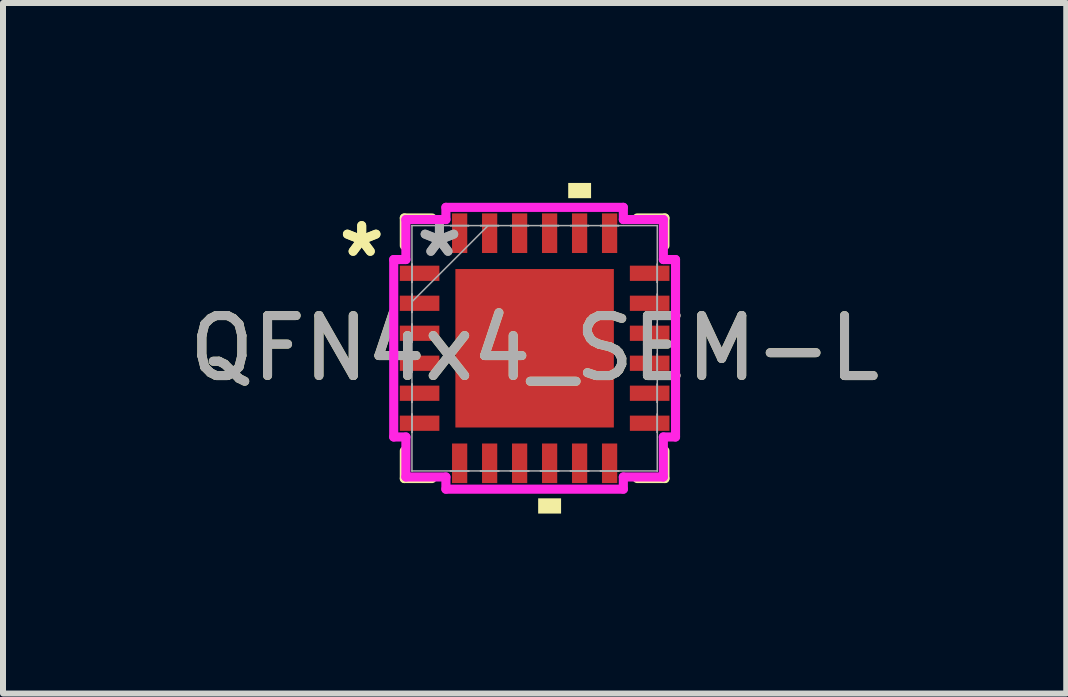
<source format=kicad_pcb>
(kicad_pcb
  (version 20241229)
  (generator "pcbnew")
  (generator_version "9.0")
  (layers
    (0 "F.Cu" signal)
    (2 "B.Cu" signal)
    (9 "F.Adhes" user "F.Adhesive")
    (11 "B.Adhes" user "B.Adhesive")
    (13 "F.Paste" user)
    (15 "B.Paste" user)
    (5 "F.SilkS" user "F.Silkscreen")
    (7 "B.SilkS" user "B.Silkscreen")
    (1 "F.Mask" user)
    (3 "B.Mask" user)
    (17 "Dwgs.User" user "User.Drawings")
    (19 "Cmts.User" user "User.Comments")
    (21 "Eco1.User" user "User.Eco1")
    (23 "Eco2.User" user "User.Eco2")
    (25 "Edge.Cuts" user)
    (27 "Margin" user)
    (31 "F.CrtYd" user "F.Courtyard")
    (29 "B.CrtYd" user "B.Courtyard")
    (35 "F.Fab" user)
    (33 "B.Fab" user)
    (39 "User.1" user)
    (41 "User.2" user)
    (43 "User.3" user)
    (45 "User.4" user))
  (footprint "QFN4x4_SEM-L"
    (layer "F.Cu")
    (at 5.863 2.756)
    (property "Reference" "QFN4x4_SEM-L" (at 0 0 0) (unlocked yes) (layer "F.SilkS") (effects (font (size 1 1) (thickness 0.15))))
    (attr smd)
    (fp_line (start -2.172 -2.172) (end -2.172 -1.71) (stroke (width 0.152) (type solid)) (layer "F.SilkS"))
    (fp_line (start -2.172 1.71) (end -2.172 2.172) (stroke (width 0.152) (type solid)) (layer "F.SilkS"))
    (fp_line (start -2.172 2.172) (end -1.71 2.172) (stroke (width 0.152) (type solid)) (layer "F.SilkS"))
    (fp_line (start -1.71 -2.172) (end -2.172 -2.172) (stroke (width 0.152) (type solid)) (layer "F.SilkS"))
    (fp_line (start 1.71 2.172) (end 2.172 2.172) (stroke (width 0.152) (type solid)) (layer "F.SilkS"))
    (fp_line (start 2.172 -2.172) (end 1.71 -2.172) (stroke (width 0.152) (type solid)) (layer "F.SilkS"))
    (fp_line (start 2.172 -1.71) (end 2.172 -2.172) (stroke (width 0.152) (type solid)) (layer "F.SilkS"))
    (fp_line (start 2.172 2.172) (end 2.172 1.71) (stroke (width 0.152) (type solid)) (layer "F.SilkS"))
    (fp_poly (pts (xy 0.059 2.502) (xy 0.059 2.756) (xy 0.441 2.756) (xy 0.441 2.502)) (stroke (width 0) (type solid)) (fill yes) (layer "F.SilkS"))
    (fp_poly (pts (xy 0.56 -2.502) (xy 0.56 -2.756) (xy 0.941 -2.756) (xy 0.941 -2.502)) (stroke (width 0) (type solid)) (fill yes) (layer "F.SilkS"))
    (fp_poly (pts (xy -1.221 -1.221) (xy -1.221 -0.1) (xy -0.1 -0.1) (xy -0.1 -1.221)) (stroke (width 0) (type solid)) (fill yes) (layer "F.Paste"))
    (fp_poly (pts (xy -1.221 0.1) (xy -1.221 1.221) (xy -0.1 1.221) (xy -0.1 0.1)) (stroke (width 0) (type solid)) (fill yes) (layer "F.Paste"))
    (fp_poly (pts (xy 0.1 -1.221) (xy 0.1 -0.1) (xy 1.221 -0.1) (xy 1.221 -1.221)) (stroke (width 0) (type solid)) (fill yes) (layer "F.Paste"))
    (fp_poly (pts (xy 0.1 0.1) (xy 0.1 1.221) (xy 1.221 1.221) (xy 1.221 0.1)) (stroke (width 0) (type solid)) (fill yes) (layer "F.Paste"))
    (fp_line (start -2.349 -1.479) (end -2.146 -1.479) (stroke (width 0.152) (type solid)) (layer "F.CrtYd"))
    (fp_line (start -2.349 1.479) (end -2.349 -1.479) (stroke (width 0.152) (type solid)) (layer "F.CrtYd"))
    (fp_line (start -2.146 -2.146) (end -1.479 -2.146) (stroke (width 0.152) (type solid)) (layer "F.CrtYd"))
    (fp_line (start -2.146 -1.479) (end -2.146 -2.146) (stroke (width 0.152) (type solid)) (layer "F.CrtYd"))
    (fp_line (start -2.146 1.479) (end -2.349 1.479) (stroke (width 0.152) (type solid)) (layer "F.CrtYd"))
    (fp_line (start -2.146 2.146) (end -2.146 1.479) (stroke (width 0.152) (type solid)) (layer "F.CrtYd"))
    (fp_line (start -1.479 -2.349) (end 1.479 -2.349) (stroke (width 0.152) (type solid)) (layer "F.CrtYd"))
    (fp_line (start -1.479 -2.146) (end -1.479 -2.349) (stroke (width 0.152) (type solid)) (layer "F.CrtYd"))
    (fp_line (start -1.479 2.146) (end -2.146 2.146) (stroke (width 0.152) (type solid)) (layer "F.CrtYd"))
    (fp_line (start -1.479 2.349) (end -1.479 2.146) (stroke (width 0.152) (type solid)) (layer "F.CrtYd"))
    (fp_line (start 1.479 -2.349) (end 1.479 -2.146) (stroke (width 0.152) (type solid)) (layer "F.CrtYd"))
    (fp_line (start 1.479 -2.146) (end 2.146 -2.146) (stroke (width 0.152) (type solid)) (layer "F.CrtYd"))
    (fp_line (start 1.479 2.146) (end 1.479 2.349) (stroke (width 0.152) (type solid)) (layer "F.CrtYd"))
    (fp_line (start 1.479 2.349) (end -1.479 2.349) (stroke (width 0.152) (type solid)) (layer "F.CrtYd"))
    (fp_line (start 2.146 -2.146) (end 2.146 -1.479) (stroke (width 0.152) (type solid)) (layer "F.CrtYd"))
    (fp_line (start 2.146 -1.479) (end 2.349 -1.479) (stroke (width 0.152) (type solid)) (layer "F.CrtYd"))
    (fp_line (start 2.146 1.479) (end 2.146 2.146) (stroke (width 0.152) (type solid)) (layer "F.CrtYd"))
    (fp_line (start 2.146 2.146) (end 1.479 2.146) (stroke (width 0.152) (type solid)) (layer "F.CrtYd"))
    (fp_line (start 2.349 -1.479) (end 2.349 1.479) (stroke (width 0.152) (type solid)) (layer "F.CrtYd"))
    (fp_line (start 2.349 1.479) (end 2.146 1.479) (stroke (width 0.152) (type solid)) (layer "F.CrtYd"))
    (fp_line (start -2.045 -2.045) (end -2.045 -2.045) (stroke (width 0.025) (type solid)) (layer "F.Fab"))
    (fp_line (start -2.045 -2.045) (end -2.045 2.045) (stroke (width 0.025) (type solid)) (layer "F.Fab"))
    (fp_line (start -2.045 -1.402) (end -2.045 -1.402) (stroke (width 0.025) (type solid)) (layer "F.Fab"))
    (fp_line (start -2.045 -1.402) (end -2.045 -1.098) (stroke (width 0.025) (type solid)) (layer "F.Fab"))
    (fp_line (start -2.045 -1.098) (end -2.045 -1.402) (stroke (width 0.025) (type solid)) (layer "F.Fab"))
    (fp_line (start -2.045 -1.098) (end -2.045 -1.098) (stroke (width 0.025) (type solid)) (layer "F.Fab"))
    (fp_line (start -2.045 -0.902) (end -2.045 -0.902) (stroke (width 0.025) (type solid)) (layer "F.Fab"))
    (fp_line (start -2.045 -0.902) (end -2.045 -0.598) (stroke (width 0.025) (type solid)) (layer "F.Fab"))
    (fp_line (start -2.045 -0.775) (end -0.775 -2.045) (stroke (width 0.025) (type solid)) (layer "F.Fab"))
    (fp_line (start -2.045 -0.598) (end -2.045 -0.902) (stroke (width 0.025) (type solid)) (layer "F.Fab"))
    (fp_line (start -2.045 -0.598) (end -2.045 -0.598) (stroke (width 0.025) (type solid)) (layer "F.Fab"))
    (fp_line (start -2.045 -0.402) (end -2.045 -0.402) (stroke (width 0.025) (type solid)) (layer "F.Fab"))
    (fp_line (start -2.045 -0.402) (end -2.045 -0.098) (stroke (width 0.025) (type solid)) (layer "F.Fab"))
    (fp_line (start -2.045 -0.098) (end -2.045 -0.402) (stroke (width 0.025) (type solid)) (layer "F.Fab"))
    (fp_line (start -2.045 -0.098) (end -2.045 -0.098) (stroke (width 0.025) (type solid)) (layer "F.Fab"))
    (fp_line (start -2.045 0.098) (end -2.045 0.098) (stroke (width 0.025) (type solid)) (layer "F.Fab"))
    (fp_line (start -2.045 0.098) (end -2.045 0.402) (stroke (width 0.025) (type solid)) (layer "F.Fab"))
    (fp_line (start -2.045 0.402) (end -2.045 0.098) (stroke (width 0.025) (type solid)) (layer "F.Fab"))
    (fp_line (start -2.045 0.402) (end -2.045 0.402) (stroke (width 0.025) (type solid)) (layer "F.Fab"))
    (fp_line (start -2.045 0.598) (end -2.045 0.598) (stroke (width 0.025) (type solid)) (layer "F.Fab"))
    (fp_line (start -2.045 0.598) (end -2.045 0.902) (stroke (width 0.025) (type solid)) (layer "F.Fab"))
    (fp_line (start -2.045 0.902) (end -2.045 0.598) (stroke (width 0.025) (type solid)) (layer "F.Fab"))
    (fp_line (start -2.045 0.902) (end -2.045 0.902) (stroke (width 0.025) (type solid)) (layer "F.Fab"))
    (fp_line (start -2.045 1.098) (end -2.045 1.098) (stroke (width 0.025) (type solid)) (layer "F.Fab"))
    (fp_line (start -2.045 1.098) (end -2.045 1.402) (stroke (width 0.025) (type solid)) (layer "F.Fab"))
    (fp_line (start -2.045 1.402) (end -2.045 1.098) (stroke (width 0.025) (type solid)) (layer "F.Fab"))
    (fp_line (start -2.045 1.402) (end -2.045 1.402) (stroke (width 0.025) (type solid)) (layer "F.Fab"))
    (fp_line (start -2.045 2.045) (end -2.045 2.045) (stroke (width 0.025) (type solid)) (layer "F.Fab"))
    (fp_line (start -2.045 2.045) (end 2.045 2.045) (stroke (width 0.025) (type solid)) (layer "F.Fab"))
    (fp_line (start -1.402 -2.045) (end -1.402 -2.045) (stroke (width 0.025) (type solid)) (layer "F.Fab"))
    (fp_line (start -1.402 -2.045) (end -1.098 -2.045) (stroke (width 0.025) (type solid)) (layer "F.Fab"))
    (fp_line (start -1.402 2.045) (end -1.402 2.045) (stroke (width 0.025) (type solid)) (layer "F.Fab"))
    (fp_line (start -1.402 2.045) (end -1.098 2.045) (stroke (width 0.025) (type solid)) (layer "F.Fab"))
    (fp_line (start -1.098 -2.045) (end -1.402 -2.045) (stroke (width 0.025) (type solid)) (layer "F.Fab"))
    (fp_line (start -1.098 -2.045) (end -1.098 -2.045) (stroke (width 0.025) (type solid)) (layer "F.Fab"))
    (fp_line (start -1.098 2.045) (end -1.402 2.045) (stroke (width 0.025) (type solid)) (layer "F.Fab"))
    (fp_line (start -1.098 2.045) (end -1.098 2.045) (stroke (width 0.025) (type solid)) (layer "F.Fab"))
    (fp_line (start -0.902 -2.045) (end -0.902 -2.045) (stroke (width 0.025) (type solid)) (layer "F.Fab"))
    (fp_line (start -0.902 -2.045) (end -0.598 -2.045) (stroke (width 0.025) (type solid)) (layer "F.Fab"))
    (fp_line (start -0.902 2.045) (end -0.902 2.045) (stroke (width 0.025) (type solid)) (layer "F.Fab"))
    (fp_line (start -0.902 2.045) (end -0.598 2.045) (stroke (width 0.025) (type solid)) (layer "F.Fab"))
    (fp_line (start -0.598 -2.045) (end -0.902 -2.045) (stroke (width 0.025) (type solid)) (layer "F.Fab"))
    (fp_line (start -0.598 -2.045) (end -0.598 -2.045) (stroke (width 0.025) (type solid)) (layer "F.Fab"))
    (fp_line (start -0.598 2.045) (end -0.902 2.045) (stroke (width 0.025) (type solid)) (layer "F.Fab"))
    (fp_line (start -0.598 2.045) (end -0.598 2.045) (stroke (width 0.025) (type solid)) (layer "F.Fab"))
    (fp_line (start -0.402 -2.045) (end -0.402 -2.045) (stroke (width 0.025) (type solid)) (layer "F.Fab"))
    (fp_line (start -0.402 -2.045) (end -0.098 -2.045) (stroke (width 0.025) (type solid)) (layer "F.Fab"))
    (fp_line (start -0.402 2.045) (end -0.402 2.045) (stroke (width 0.025) (type solid)) (layer "F.Fab"))
    (fp_line (start -0.402 2.045) (end -0.098 2.045) (stroke (width 0.025) (type solid)) (layer "F.Fab"))
    (fp_line (start -0.098 -2.045) (end -0.402 -2.045) (stroke (width 0.025) (type solid)) (layer "F.Fab"))
    (fp_line (start -0.098 -2.045) (end -0.098 -2.045) (stroke (width 0.025) (type solid)) (layer "F.Fab"))
    (fp_line (start -0.098 2.045) (end -0.402 2.045) (stroke (width 0.025) (type solid)) (layer "F.Fab"))
    (fp_line (start -0.098 2.045) (end -0.098 2.045) (stroke (width 0.025) (type solid)) (layer "F.Fab"))
    (fp_line (start 0.098 -2.045) (end 0.098 -2.045) (stroke (width 0.025) (type solid)) (layer "F.Fab"))
    (fp_line (start 0.098 -2.045) (end 0.402 -2.045) (stroke (width 0.025) (type solid)) (layer "F.Fab"))
    (fp_line (start 0.098 2.045) (end 0.098 2.045) (stroke (width 0.025) (type solid)) (layer "F.Fab"))
    (fp_line (start 0.098 2.045) (end 0.402 2.045) (stroke (width 0.025) (type solid)) (layer "F.Fab"))
    (fp_line (start 0.402 -2.045) (end 0.098 -2.045) (stroke (width 0.025) (type solid)) (layer "F.Fab"))
    (fp_line (start 0.402 -2.045) (end 0.402 -2.045) (stroke (width 0.025) (type solid)) (layer "F.Fab"))
    (fp_line (start 0.402 2.045) (end 0.098 2.045) (stroke (width 0.025) (type solid)) (layer "F.Fab"))
    (fp_line (start 0.402 2.045) (end 0.402 2.045) (stroke (width 0.025) (type solid)) (layer "F.Fab"))
    (fp_line (start 0.598 -2.045) (end 0.598 -2.045) (stroke (width 0.025) (type solid)) (layer "F.Fab"))
    (fp_line (start 0.598 -2.045) (end 0.902 -2.045) (stroke (width 0.025) (type solid)) (layer "F.Fab"))
    (fp_line (start 0.598 2.045) (end 0.598 2.045) (stroke (width 0.025) (type solid)) (layer "F.Fab"))
    (fp_line (start 0.598 2.045) (end 0.902 2.045) (stroke (width 0.025) (type solid)) (layer "F.Fab"))
    (fp_line (start 0.902 -2.045) (end 0.598 -2.045) (stroke (width 0.025) (type solid)) (layer "F.Fab"))
    (fp_line (start 0.902 -2.045) (end 0.902 -2.045) (stroke (width 0.025) (type solid)) (layer "F.Fab"))
    (fp_line (start 0.902 2.045) (end 0.598 2.045) (stroke (width 0.025) (type solid)) (layer "F.Fab"))
    (fp_line (start 0.902 2.045) (end 0.902 2.045) (stroke (width 0.025) (type solid)) (layer "F.Fab"))
    (fp_line (start 1.098 -2.045) (end 1.098 -2.045) (stroke (width 0.025) (type solid)) (layer "F.Fab"))
    (fp_line (start 1.098 -2.045) (end 1.402 -2.045) (stroke (width 0.025) (type solid)) (layer "F.Fab"))
    (fp_line (start 1.098 2.045) (end 1.098 2.045) (stroke (width 0.025) (type solid)) (layer "F.Fab"))
    (fp_line (start 1.098 2.045) (end 1.402 2.045) (stroke (width 0.025) (type solid)) (layer "F.Fab"))
    (fp_line (start 1.402 -2.045) (end 1.098 -2.045) (stroke (width 0.025) (type solid)) (layer "F.Fab"))
    (fp_line (start 1.402 -2.045) (end 1.402 -2.045) (stroke (width 0.025) (type solid)) (layer "F.Fab"))
    (fp_line (start 1.402 2.045) (end 1.098 2.045) (stroke (width 0.025) (type solid)) (layer "F.Fab"))
    (fp_line (start 1.402 2.045) (end 1.402 2.045) (stroke (width 0.025) (type solid)) (layer "F.Fab"))
    (fp_line (start 2.045 -2.045) (end -2.045 -2.045) (stroke (width 0.025) (type solid)) (layer "F.Fab"))
    (fp_line (start 2.045 -2.045) (end 2.045 -2.045) (stroke (width 0.025) (type solid)) (layer "F.Fab"))
    (fp_line (start 2.045 -1.402) (end 2.045 -1.402) (stroke (width 0.025) (type solid)) (layer "F.Fab"))
    (fp_line (start 2.045 -1.402) (end 2.045 -1.098) (stroke (width 0.025) (type solid)) (layer "F.Fab"))
    (fp_line (start 2.045 -1.098) (end 2.045 -1.402) (stroke (width 0.025) (type solid)) (layer "F.Fab"))
    (fp_line (start 2.045 -1.098) (end 2.045 -1.098) (stroke (width 0.025) (type solid)) (layer "F.Fab"))
    (fp_line (start 2.045 -0.902) (end 2.045 -0.902) (stroke (width 0.025) (type solid)) (layer "F.Fab"))
    (fp_line (start 2.045 -0.902) (end 2.045 -0.598) (stroke (width 0.025) (type solid)) (layer "F.Fab"))
    (fp_line (start 2.045 -0.598) (end 2.045 -0.902) (stroke (width 0.025) (type solid)) (layer "F.Fab"))
    (fp_line (start 2.045 -0.598) (end 2.045 -0.598) (stroke (width 0.025) (type solid)) (layer "F.Fab"))
    (fp_line (start 2.045 -0.402) (end 2.045 -0.402) (stroke (width 0.025) (type solid)) (layer "F.Fab"))
    (fp_line (start 2.045 -0.402) (end 2.045 -0.098) (stroke (width 0.025) (type solid)) (layer "F.Fab"))
    (fp_line (start 2.045 -0.098) (end 2.045 -0.402) (stroke (width 0.025) (type solid)) (layer "F.Fab"))
    (fp_line (start 2.045 -0.098) (end 2.045 -0.098) (stroke (width 0.025) (type solid)) (layer "F.Fab"))
    (fp_line (start 2.045 0.098) (end 2.045 0.098) (stroke (width 0.025) (type solid)) (layer "F.Fab"))
    (fp_line (start 2.045 0.098) (end 2.045 0.402) (stroke (width 0.025) (type solid)) (layer "F.Fab"))
    (fp_line (start 2.045 0.402) (end 2.045 0.098) (stroke (width 0.025) (type solid)) (layer "F.Fab"))
    (fp_line (start 2.045 0.402) (end 2.045 0.402) (stroke (width 0.025) (type solid)) (layer "F.Fab"))
    (fp_line (start 2.045 0.598) (end 2.045 0.598) (stroke (width 0.025) (type solid)) (layer "F.Fab"))
    (fp_line (start 2.045 0.598) (end 2.045 0.902) (stroke (width 0.025) (type solid)) (layer "F.Fab"))
    (fp_line (start 2.045 0.902) (end 2.045 0.598) (stroke (width 0.025) (type solid)) (layer "F.Fab"))
    (fp_line (start 2.045 0.902) (end 2.045 0.902) (stroke (width 0.025) (type solid)) (layer "F.Fab"))
    (fp_line (start 2.045 1.098) (end 2.045 1.098) (stroke (width 0.025) (type solid)) (layer "F.Fab"))
    (fp_line (start 2.045 1.098) (end 2.045 1.402) (stroke (width 0.025) (type solid)) (layer "F.Fab"))
    (fp_line (start 2.045 1.402) (end 2.045 1.098) (stroke (width 0.025) (type solid)) (layer "F.Fab"))
    (fp_line (start 2.045 1.402) (end 2.045 1.402) (stroke (width 0.025) (type solid)) (layer "F.Fab"))
    (fp_line (start 2.045 2.045) (end 2.045 -2.045) (stroke (width 0.025) (type solid)) (layer "F.Fab"))
    (fp_line (start 2.045 2.045) (end 2.045 2.045) (stroke (width 0.025) (type solid)) (layer "F.Fab"))
    (fp_text user "*" (at -2.883 -1.5 0) (unlocked yes) (layer "F.SilkS") (effects (font (size 1 1) (thickness 0.15))))
    (fp_text user "*" (at -2.883 -1.5 0) (layer "F.SilkS") (effects (font (size 1 1) (thickness 0.15))))
    (fp_text user "${REFERENCE}" (at 0 0 0) (unlocked yes) (layer "F.Fab") (effects (font (size 1 1) (thickness 0.15))))
    (fp_text user "*" (at -1.587 -1.5 0) (layer "F.Fab") (effects (font (size 1 1) (thickness 0.15))))
    (fp_text user "*" (at -1.587 -1.5 0) (unlocked yes) (layer "F.Fab") (effects (font (size 1 1) (thickness 0.15))))
    (pad "1" smd rect (at -1.918 -1.25 90) (size 0.254 0.66) (layers "F.Cu" "F.Mask" "F.Paste"))
    (pad "2" smd rect (at -1.918 -0.75 90) (size 0.254 0.66) (layers "F.Cu" "F.Mask" "F.Paste"))
    (pad "3" smd rect (at -1.918 -0.25 90) (size 0.254 0.66) (layers "F.Cu" "F.Mask" "F.Paste"))
    (pad "4" smd rect (at -1.918 0.25 90) (size 0.254 0.66) (layers "F.Cu" "F.Mask" "F.Paste"))
    (pad "5" smd rect (at -1.918 0.75 90) (size 0.254 0.66) (layers "F.Cu" "F.Mask" "F.Paste"))
    (pad "6" smd rect (at -1.918 1.25 90) (size 0.254 0.66) (layers "F.Cu" "F.Mask" "F.Paste"))
    (pad "7" smd rect (at -1.25 1.918) (size 0.254 0.66) (layers "F.Cu" "F.Mask" "F.Paste"))
    (pad "8" smd rect (at -0.75 1.918) (size 0.254 0.66) (layers "F.Cu" "F.Mask" "F.Paste"))
    (pad "9" smd rect (at -0.25 1.918) (size 0.254 0.66) (layers "F.Cu" "F.Mask" "F.Paste"))
    (pad "10" smd rect (at 0.25 1.918) (size 0.254 0.66) (layers "F.Cu" "F.Mask" "F.Paste"))
    (pad "11" smd rect (at 0.75 1.918) (size 0.254 0.66) (layers "F.Cu" "F.Mask" "F.Paste"))
    (pad "12" smd rect (at 1.25 1.918) (size 0.254 0.66) (layers "F.Cu" "F.Mask" "F.Paste"))
    (pad "13" smd rect (at 1.918 1.25 90) (size 0.254 0.66) (layers "F.Cu" "F.Mask" "F.Paste"))
    (pad "14" smd rect (at 1.918 0.75 90) (size 0.254 0.66) (layers "F.Cu" "F.Mask" "F.Paste"))
    (pad "15" smd rect (at 1.918 0.25 90) (size 0.254 0.66) (layers "F.Cu" "F.Mask" "F.Paste"))
    (pad "16" smd rect (at 1.918 -0.25 90) (size 0.254 0.66) (layers "F.Cu" "F.Mask" "F.Paste"))
    (pad "17" smd rect (at 1.918 -0.75 90) (size 0.254 0.66) (layers "F.Cu" "F.Mask" "F.Paste"))
    (pad "18" smd rect (at 1.918 -1.25 90) (size 0.254 0.66) (layers "F.Cu" "F.Mask" "F.Paste"))
    (pad "19" smd rect (at 1.25 -1.918) (size 0.254 0.66) (layers "F.Cu" "F.Mask" "F.Paste"))
    (pad "20" smd rect (at 0.75 -1.918) (size 0.254 0.66) (layers "F.Cu" "F.Mask" "F.Paste"))
    (pad "21" smd rect (at 0.25 -1.918) (size 0.254 0.66) (layers "F.Cu" "F.Mask" "F.Paste"))
    (pad "22" smd rect (at -0.25 -1.918) (size 0.254 0.66) (layers "F.Cu" "F.Mask" "F.Paste"))
    (pad "23" smd rect (at -0.75 -1.918) (size 0.254 0.66) (layers "F.Cu" "F.Mask" "F.Paste"))
    (pad "24" smd rect (at -1.25 -1.918) (size 0.254 0.66) (layers "F.Cu" "F.Mask" "F.Paste"))
    (pad "25" smd rect (at 0 0) (size 2.642 2.642) (layers "F.Cu" "F.Mask")))
  (gr_rect
    (start -3 -3)
    (end 14.726 8.512)
    (stroke (width 0.1) (type default))
    (fill no)
    (layer "Edge.Cuts")))
</source>
